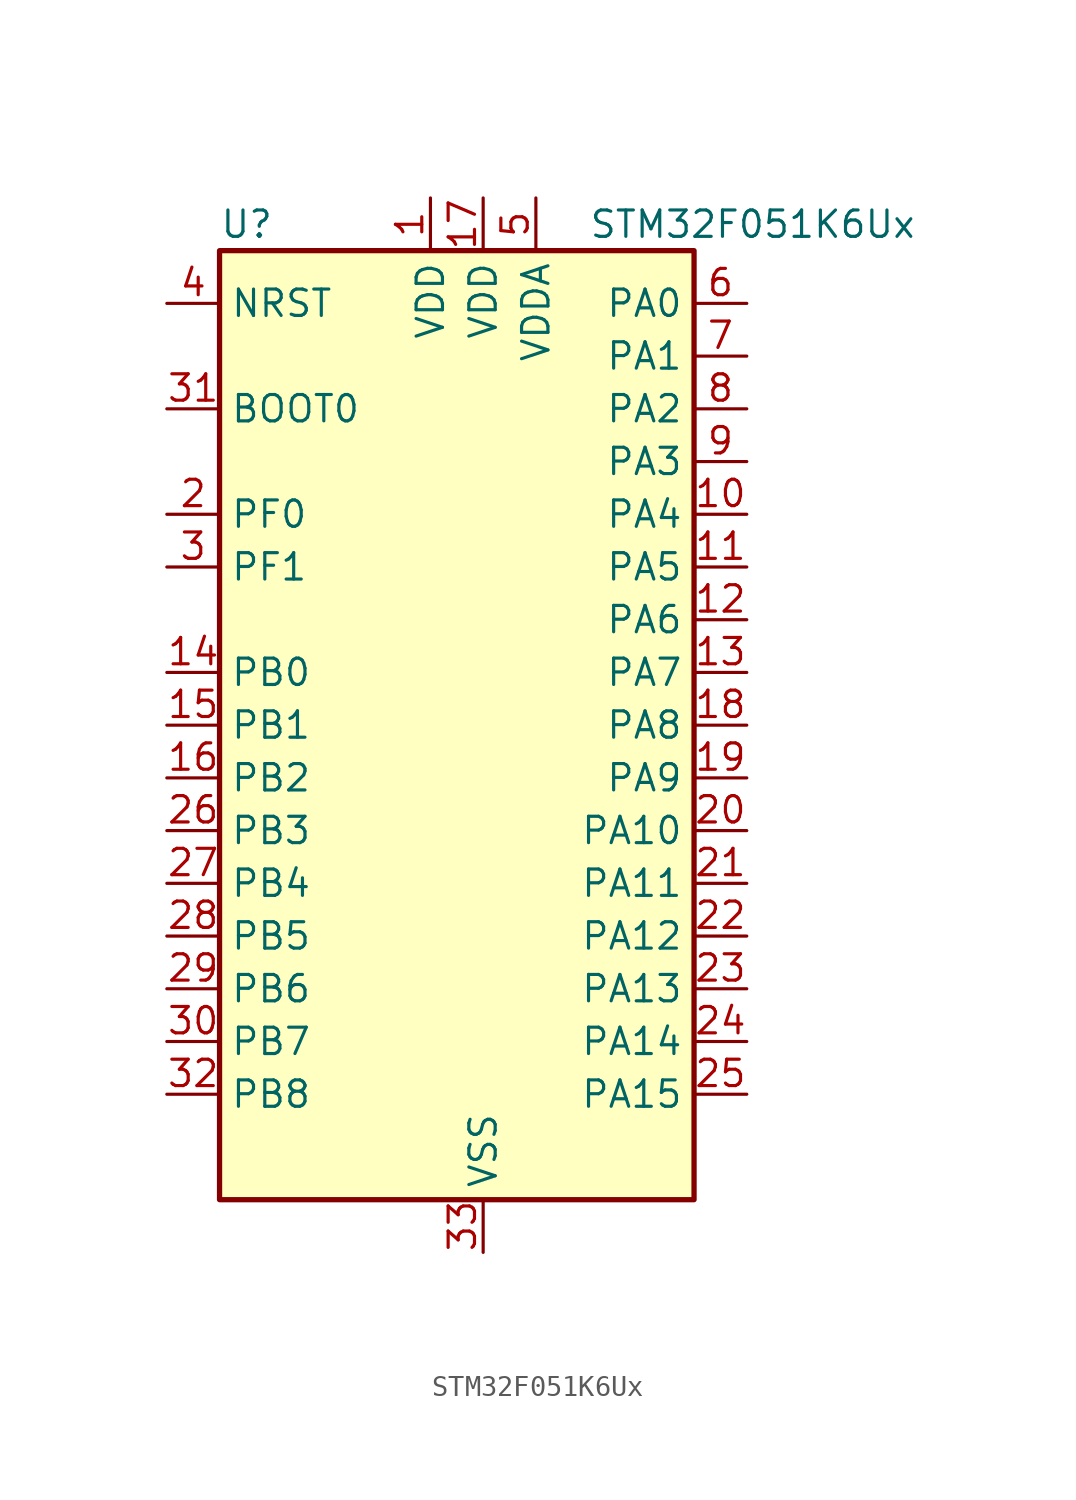
<source format=kicad_sym>
(kicad_symbol_lib
  (version 20220914)
  (generator kicad_symbol_editor)
  (symbol "STM32F051K6Ux"
    (property "Reference" "U"
      (at -10.16 24.13 0)
      (effects (font (size 1.27 1.27)) (justify left)))
    (property "Value" "STM32F051K6Ux"
      (at 7.62 24.13 0)
      (effects (font (size 1.27 1.27)) (justify left)))
    (property "ki_locked" ""
      (at 0 0 0)
      (effects (font (size 1.27 1.27))))
    (symbol "STM32F051K6Ux_0_1"
      (rectangle (start -10.16 -22.86) (end 12.7 22.86) (stroke (width 0.254) (type default)) (fill (type background))))
    (symbol "STM32F051K6Ux_1_1"
      (pin power_in line (at 0 25.4 270) (length 2.54) (name "VDD" (effects (font (size 1.27 1.27)))) (number "1" (effects (font (size 1.27 1.27)))))
      (pin bidirectional line (at 15.24 10.16 180) (length 2.54) (name "PA4" (effects (font (size 1.27 1.27)))) (number "10" (effects (font (size 1.27 1.27)))) (alternate "ADC_IN4" bidirectional line) (alternate "COMP1_INM" bidirectional line) (alternate "COMP2_INM" bidirectional line) (alternate "DAC1_OUT1" bidirectional line) (alternate "I2S1_WS" bidirectional line) (alternate "SPI1_NSS" bidirectional line) (alternate "TIM14_CH1" bidirectional line) (alternate "TSC_G2_IO1" bidirectional line) (alternate "USART2_CK" bidirectional line))
      (pin bidirectional line (at 15.24 7.62 180) (length 2.54) (name "PA5" (effects (font (size 1.27 1.27)))) (number "11" (effects (font (size 1.27 1.27)))) (alternate "ADC_IN5" bidirectional line) (alternate "CEC" bidirectional line) (alternate "COMP1_INM" bidirectional line) (alternate "COMP2_INM" bidirectional line) (alternate "I2S1_CK" bidirectional line) (alternate "SPI1_SCK" bidirectional line) (alternate "TIM2_CH1" bidirectional line) (alternate "TIM2_ETR" bidirectional line) (alternate "TSC_G2_IO2" bidirectional line))
      (pin bidirectional line (at 15.24 5.08 180) (length 2.54) (name "PA6" (effects (font (size 1.27 1.27)))) (number "12" (effects (font (size 1.27 1.27)))) (alternate "ADC_IN6" bidirectional line) (alternate "COMP1_OUT" bidirectional line) (alternate "I2S1_MCK" bidirectional line) (alternate "SPI1_MISO" bidirectional line) (alternate "TIM16_CH1" bidirectional line) (alternate "TIM1_BKIN" bidirectional line) (alternate "TIM3_CH1" bidirectional line) (alternate "TSC_G2_IO3" bidirectional line))
      (pin bidirectional line (at 15.24 2.54 180) (length 2.54) (name "PA7" (effects (font (size 1.27 1.27)))) (number "13" (effects (font (size 1.27 1.27)))) (alternate "ADC_IN7" bidirectional line) (alternate "COMP2_OUT" bidirectional line) (alternate "I2S1_SD" bidirectional line) (alternate "SPI1_MOSI" bidirectional line) (alternate "TIM14_CH1" bidirectional line) (alternate "TIM17_CH1" bidirectional line) (alternate "TIM1_CH1N" bidirectional line) (alternate "TIM3_CH2" bidirectional line) (alternate "TSC_G2_IO4" bidirectional line))
      (pin bidirectional line (at -12.7 2.54 0) (length 2.54) (name "PB0" (effects (font (size 1.27 1.27)))) (number "14" (effects (font (size 1.27 1.27)))) (alternate "ADC_IN8" bidirectional line) (alternate "TIM1_CH2N" bidirectional line) (alternate "TIM3_CH3" bidirectional line) (alternate "TSC_G3_IO2" bidirectional line))
      (pin bidirectional line (at -12.7 0 0) (length 2.54) (name "PB1" (effects (font (size 1.27 1.27)))) (number "15" (effects (font (size 1.27 1.27)))) (alternate "ADC_IN9" bidirectional line) (alternate "TIM14_CH1" bidirectional line) (alternate "TIM1_CH3N" bidirectional line) (alternate "TIM3_CH4" bidirectional line) (alternate "TSC_G3_IO3" bidirectional line))
      (pin bidirectional line (at -12.7 -2.54 0) (length 2.54) (name "PB2" (effects (font (size 1.27 1.27)))) (number "16" (effects (font (size 1.27 1.27)))) (alternate "TSC_G3_IO4" bidirectional line))
      (pin power_in line (at 2.54 25.4 270) (length 2.54) (name "VDD" (effects (font (size 1.27 1.27)))) (number "17" (effects (font (size 1.27 1.27)))))
      (pin bidirectional line (at 15.24 0 180) (length 2.54) (name "PA8" (effects (font (size 1.27 1.27)))) (number "18" (effects (font (size 1.27 1.27)))) (alternate "RCC_MCO" bidirectional line) (alternate "TIM1_CH1" bidirectional line) (alternate "USART1_CK" bidirectional line))
      (pin bidirectional line (at 15.24 -2.54 180) (length 2.54) (name "PA9" (effects (font (size 1.27 1.27)))) (number "19" (effects (font (size 1.27 1.27)))) (alternate "DAC1_EXTI9" bidirectional line) (alternate "TIM15_BKIN" bidirectional line) (alternate "TIM1_CH2" bidirectional line) (alternate "TSC_G4_IO1" bidirectional line) (alternate "USART1_TX" bidirectional line))
      (pin bidirectional line (at -12.7 10.16 0) (length 2.54) (name "PF0" (effects (font (size 1.27 1.27)))) (number "2" (effects (font (size 1.27 1.27)))) (alternate "RCC_OSC_IN" bidirectional line))
      (pin bidirectional line (at 15.24 -5.08 180) (length 2.54) (name "PA10" (effects (font (size 1.27 1.27)))) (number "20" (effects (font (size 1.27 1.27)))) (alternate "TIM17_BKIN" bidirectional line) (alternate "TIM1_CH3" bidirectional line) (alternate "TSC_G4_IO2" bidirectional line) (alternate "USART1_RX" bidirectional line))
      (pin bidirectional line (at 15.24 -7.62 180) (length 2.54) (name "PA11" (effects (font (size 1.27 1.27)))) (number "21" (effects (font (size 1.27 1.27)))) (alternate "COMP1_OUT" bidirectional line) (alternate "TIM1_CH4" bidirectional line) (alternate "TSC_G4_IO3" bidirectional line) (alternate "USART1_CTS" bidirectional line))
      (pin bidirectional line (at 15.24 -10.16 180) (length 2.54) (name "PA12" (effects (font (size 1.27 1.27)))) (number "22" (effects (font (size 1.27 1.27)))) (alternate "COMP2_OUT" bidirectional line) (alternate "TIM1_ETR" bidirectional line) (alternate "TSC_G4_IO4" bidirectional line) (alternate "USART1_DE" bidirectional line) (alternate "USART1_RTS" bidirectional line))
      (pin bidirectional line (at 15.24 -12.7 180) (length 2.54) (name "PA13" (effects (font (size 1.27 1.27)))) (number "23" (effects (font (size 1.27 1.27)))) (alternate "IR_OUT" bidirectional line) (alternate "SYS_SWDIO" bidirectional line))
      (pin bidirectional line (at 15.24 -15.24 180) (length 2.54) (name "PA14" (effects (font (size 1.27 1.27)))) (number "24" (effects (font (size 1.27 1.27)))) (alternate "SYS_SWCLK" bidirectional line) (alternate "USART2_TX" bidirectional line))
      (pin bidirectional line (at 15.24 -17.78 180) (length 2.54) (name "PA15" (effects (font (size 1.27 1.27)))) (number "25" (effects (font (size 1.27 1.27)))) (alternate "I2S1_WS" bidirectional line) (alternate "SPI1_NSS" bidirectional line) (alternate "TIM2_CH1" bidirectional line) (alternate "TIM2_ETR" bidirectional line) (alternate "USART2_RX" bidirectional line))
      (pin bidirectional line (at -12.7 -5.08 0) (length 2.54) (name "PB3" (effects (font (size 1.27 1.27)))) (number "26" (effects (font (size 1.27 1.27)))) (alternate "I2S1_CK" bidirectional line) (alternate "SPI1_SCK" bidirectional line) (alternate "TIM2_CH2" bidirectional line) (alternate "TSC_G5_IO1" bidirectional line))
      (pin bidirectional line (at -12.7 -7.62 0) (length 2.54) (name "PB4" (effects (font (size 1.27 1.27)))) (number "27" (effects (font (size 1.27 1.27)))) (alternate "I2S1_MCK" bidirectional line) (alternate "SPI1_MISO" bidirectional line) (alternate "TIM3_CH1" bidirectional line) (alternate "TSC_G5_IO2" bidirectional line))
      (pin bidirectional line (at -12.7 -10.16 0) (length 2.54) (name "PB5" (effects (font (size 1.27 1.27)))) (number "28" (effects (font (size 1.27 1.27)))) (alternate "I2C1_SMBA" bidirectional line) (alternate "I2S1_SD" bidirectional line) (alternate "SPI1_MOSI" bidirectional line) (alternate "TIM16_BKIN" bidirectional line) (alternate "TIM3_CH2" bidirectional line))
      (pin bidirectional line (at -12.7 -12.7 0) (length 2.54) (name "PB6" (effects (font (size 1.27 1.27)))) (number "29" (effects (font (size 1.27 1.27)))) (alternate "I2C1_SCL" bidirectional line) (alternate "TIM16_CH1N" bidirectional line) (alternate "TSC_G5_IO3" bidirectional line) (alternate "USART1_TX" bidirectional line))
      (pin bidirectional line (at -12.7 7.62 0) (length 2.54) (name "PF1" (effects (font (size 1.27 1.27)))) (number "3" (effects (font (size 1.27 1.27)))) (alternate "RCC_OSC_OUT" bidirectional line))
      (pin bidirectional line (at -12.7 -15.24 0) (length 2.54) (name "PB7" (effects (font (size 1.27 1.27)))) (number "30" (effects (font (size 1.27 1.27)))) (alternate "I2C1_SDA" bidirectional line) (alternate "TIM17_CH1N" bidirectional line) (alternate "TSC_G5_IO4" bidirectional line) (alternate "USART1_RX" bidirectional line))
      (pin input line (at -12.7 15.24 0) (length 2.54) (name "BOOT0" (effects (font (size 1.27 1.27)))) (number "31" (effects (font (size 1.27 1.27)))))
      (pin bidirectional line (at -12.7 -17.78 0) (length 2.54) (name "PB8" (effects (font (size 1.27 1.27)))) (number "32" (effects (font (size 1.27 1.27)))) (alternate "CEC" bidirectional line) (alternate "I2C1_SCL" bidirectional line) (alternate "TIM16_CH1" bidirectional line) (alternate "TSC_SYNC" bidirectional line))
      (pin power_in line (at 2.54 -25.4 90) (length 2.54) (name "VSS" (effects (font (size 1.27 1.27)))) (number "33" (effects (font (size 1.27 1.27)))))
      (pin input line (at -12.7 20.32 0) (length 2.54) (name "NRST" (effects (font (size 1.27 1.27)))) (number "4" (effects (font (size 1.27 1.27)))))
      (pin power_in line (at 5.08 25.4 270) (length 2.54) (name "VDDA" (effects (font (size 1.27 1.27)))) (number "5" (effects (font (size 1.27 1.27)))))
      (pin bidirectional line (at 15.24 20.32 180) (length 2.54) (name "PA0" (effects (font (size 1.27 1.27)))) (number "6" (effects (font (size 1.27 1.27)))) (alternate "ADC_IN0" bidirectional line) (alternate "COMP1_INM" bidirectional line) (alternate "COMP1_OUT" bidirectional line) (alternate "RTC_TAMP2" bidirectional line) (alternate "SYS_WKUP1" bidirectional line) (alternate "TIM2_CH1" bidirectional line) (alternate "TIM2_ETR" bidirectional line) (alternate "TSC_G1_IO1" bidirectional line) (alternate "USART2_CTS" bidirectional line))
      (pin bidirectional line (at 15.24 17.78 180) (length 2.54) (name "PA1" (effects (font (size 1.27 1.27)))) (number "7" (effects (font (size 1.27 1.27)))) (alternate "ADC_IN1" bidirectional line) (alternate "COMP1_INP" bidirectional line) (alternate "TIM2_CH2" bidirectional line) (alternate "TSC_G1_IO2" bidirectional line) (alternate "USART2_DE" bidirectional line) (alternate "USART2_RTS" bidirectional line))
      (pin bidirectional line (at 15.24 15.24 180) (length 2.54) (name "PA2" (effects (font (size 1.27 1.27)))) (number "8" (effects (font (size 1.27 1.27)))) (alternate "ADC_IN2" bidirectional line) (alternate "COMP2_INM" bidirectional line) (alternate "COMP2_OUT" bidirectional line) (alternate "TIM15_CH1" bidirectional line) (alternate "TIM2_CH3" bidirectional line) (alternate "TSC_G1_IO3" bidirectional line) (alternate "USART2_TX" bidirectional line))
      (pin bidirectional line (at 15.24 12.7 180) (length 2.54) (name "PA3" (effects (font (size 1.27 1.27)))) (number "9" (effects (font (size 1.27 1.27)))) (alternate "ADC_IN3" bidirectional line) (alternate "COMP2_INP" bidirectional line) (alternate "TIM15_CH2" bidirectional line) (alternate "TIM2_CH4" bidirectional line) (alternate "TSC_G1_IO4" bidirectional line) (alternate "USART2_RX" bidirectional line)))))
</source>
